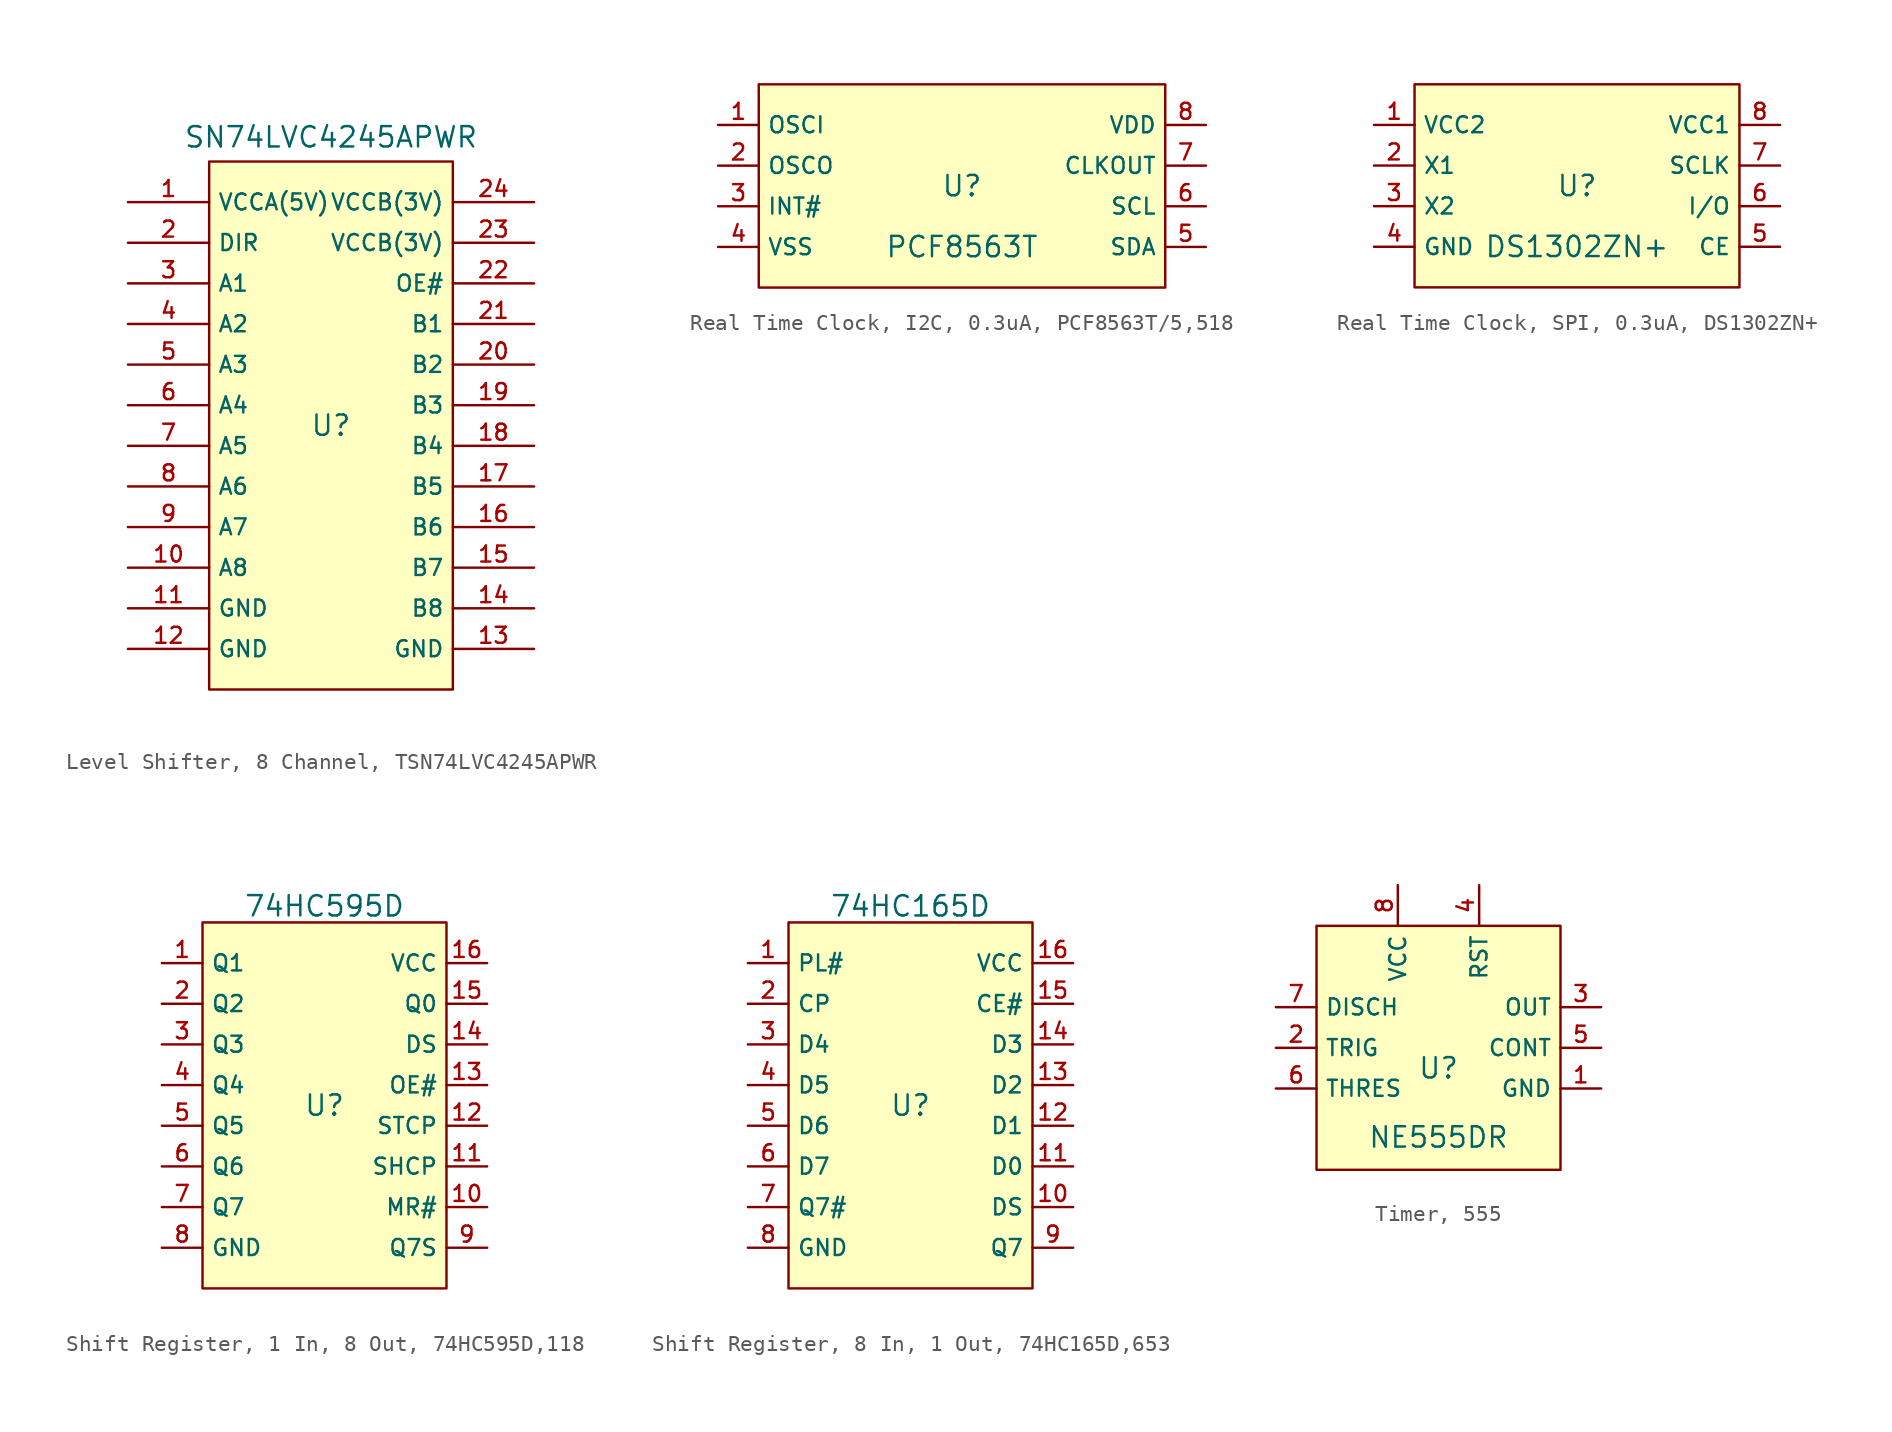
<source format=kicad_sym>
(kicad_symbol_lib
  (version 20231120)
  (generator "kicad_symbol_editor")
  (generator_version "8.0")
  (symbol "Level Shifter, 8 Channel, TSN74LVC4245APWR"
    (property "Reference" "U"
      (at 0 1.27 0)
      (effects (font (size 1.27 1.27))))
    (property "Value" "SN74LVC4245APWR"
      (at 0 19.304 0)
      (effects (font (size 1.27 1.27))))
    (symbol "Level Shifter, 8 Channel, TSN74LVC4245APWR_0_1"
      (rectangle (start -7.62 17.78) (end 7.62 -15.24) (stroke (width 0) (type default)) (fill (type background)))
      (pin unspecified line (at -12.7 -7.62 0) (length 5.08) (name "A8" (effects (font (size 1 1)))) (number "10" (effects (font (size 1 1)))))
      (pin unspecified line (at -12.7 -10.16 0) (length 5.08) (name "GND" (effects (font (size 1 1)))) (number "11" (effects (font (size 1 1)))))
      (pin unspecified line (at -12.7 -12.7 0) (length 5.08) (name "GND" (effects (font (size 1 1)))) (number "12" (effects (font (size 1 1)))))
      (pin unspecified line (at 12.7 -12.7 180) (length 5.08) (name "GND" (effects (font (size 1 1)))) (number "13" (effects (font (size 1 1)))))
      (pin unspecified line (at 12.7 -10.16 180) (length 5.08) (name "B8" (effects (font (size 1 1)))) (number "14" (effects (font (size 1 1)))))
      (pin unspecified line (at 12.7 -7.62 180) (length 5.08) (name "B7" (effects (font (size 1 1)))) (number "15" (effects (font (size 1 1)))))
      (pin unspecified line (at 12.7 -5.08 180) (length 5.08) (name "B6" (effects (font (size 1 1)))) (number "16" (effects (font (size 1 1)))))
      (pin unspecified line (at 12.7 -2.54 180) (length 5.08) (name "B5" (effects (font (size 1 1)))) (number "17" (effects (font (size 1 1)))))
      (pin unspecified line (at 12.7 0 180) (length 5.08) (name "B4" (effects (font (size 1 1)))) (number "18" (effects (font (size 1 1)))))
      (pin unspecified line (at 12.7 2.54 180) (length 5.08) (name "B3" (effects (font (size 1 1)))) (number "19" (effects (font (size 1 1)))))
      (pin unspecified line (at -12.7 12.7 0) (length 5.08) (name "DIR" (effects (font (size 1 1)))) (number "2" (effects (font (size 1 1)))))
      (pin unspecified line (at 12.7 5.08 180) (length 5.08) (name "B2" (effects (font (size 1 1)))) (number "20" (effects (font (size 1 1)))))
      (pin unspecified line (at 12.7 7.62 180) (length 5.08) (name "B1" (effects (font (size 1 1)))) (number "21" (effects (font (size 1 1)))))
      (pin unspecified line (at 12.7 10.16 180) (length 5.08) (name "OE#" (effects (font (size 1 1)))) (number "22" (effects (font (size 1 1)))))
      (pin unspecified line (at -12.7 10.16 0) (length 5.08) (name "A1" (effects (font (size 1 1)))) (number "3" (effects (font (size 1 1)))))
      (pin unspecified line (at -12.7 7.62 0) (length 5.08) (name "A2" (effects (font (size 1 1)))) (number "4" (effects (font (size 1 1)))))
      (pin unspecified line (at -12.7 5.08 0) (length 5.08) (name "A3" (effects (font (size 1 1)))) (number "5" (effects (font (size 1 1)))))
      (pin unspecified line (at -12.7 2.54 0) (length 5.08) (name "A4" (effects (font (size 1 1)))) (number "6" (effects (font (size 1 1)))))
      (pin unspecified line (at -12.7 0 0) (length 5.08) (name "A5" (effects (font (size 1 1)))) (number "7" (effects (font (size 1 1)))))
      (pin unspecified line (at -12.7 -2.54 0) (length 5.08) (name "A6" (effects (font (size 1 1)))) (number "8" (effects (font (size 1 1)))))
      (pin unspecified line (at -12.7 -5.08 0) (length 5.08) (name "A7" (effects (font (size 1 1)))) (number "9" (effects (font (size 1 1))))))
    (symbol "Level Shifter, 8 Channel, TSN74LVC4245APWR_1_1"
      (pin unspecified line (at -12.7 15.24 0) (length 5.08) (name "VCCA(5V)" (effects (font (size 1 1)))) (number "1" (effects (font (size 1 1)))))
      (pin unspecified line (at 12.7 12.7 180) (length 5.08) (name "VCCB(3V)" (effects (font (size 1 1)))) (number "23" (effects (font (size 1 1)))))
      (pin unspecified line (at 12.7 15.24 180) (length 5.08) (name "VCCB(3V)" (effects (font (size 1 1)))) (number "24" (effects (font (size 1 1)))))))
  (symbol "Real Time Clock, I2C, 0.3uA, PCF8563T/5,518"
    (property "Reference" "U"
      (at 0 1.27 0)
      (effects (font (size 1.27 1.27))))
    (property "Value" "PCF8563T"
      (at 0 -2.54 0)
      (effects (font (size 1.27 1.27))))
    (symbol "Real Time Clock, I2C, 0.3uA, PCF8563T/5,518_0_1"
      (rectangle (start -12.7 7.62) (end 12.7 -5.08) (stroke (width 0) (type default)) (fill (type background)))
      (pin unspecified line (at -15.24 2.54 0) (length 2.54) (name "OSCO" (effects (font (size 1 1)))) (number "2" (effects (font (size 1 1)))))
      (pin unspecified line (at -15.24 0 0) (length 2.54) (name "INT#" (effects (font (size 1 1)))) (number "3" (effects (font (size 1 1)))))
      (pin unspecified line (at -15.24 -2.54 0) (length 2.54) (name "VSS" (effects (font (size 1 1)))) (number "4" (effects (font (size 1 1)))))
      (pin unspecified line (at 15.24 -2.54 180) (length 2.54) (name "SDA" (effects (font (size 1 1)))) (number "5" (effects (font (size 1 1)))))
      (pin unspecified line (at 15.24 0 180) (length 2.54) (name "SCL" (effects (font (size 1 1)))) (number "6" (effects (font (size 1 1)))))
      (pin unspecified line (at 15.24 2.54 180) (length 2.54) (name "CLKOUT" (effects (font (size 1 1)))) (number "7" (effects (font (size 1 1)))))
      (pin unspecified line (at 15.24 5.08 180) (length 2.54) (name "VDD" (effects (font (size 1 1)))) (number "8" (effects (font (size 1 1))))))
    (symbol "Real Time Clock, I2C, 0.3uA, PCF8563T/5,518_1_1"
      (pin unspecified line (at -15.24 5.08 0) (length 2.54) (name "OSCI" (effects (font (size 1 1)))) (number "1" (effects (font (size 1 1)))))))
  (symbol "Real Time Clock, SPI, 0.3uA, DS1302ZN+"
    (property "Reference" "U"
      (at 0 1.27 0)
      (effects (font (size 1.27 1.27))))
    (property "Value" "DS1302ZN+"
      (at 0 -2.54 0)
      (effects (font (size 1.27 1.27))))
    (symbol "Real Time Clock, SPI, 0.3uA, DS1302ZN+_0_1"
      (rectangle (start -10.16 7.62) (end 10.16 -5.08) (stroke (width 0) (type default)) (fill (type background)))
      (pin unspecified line (at -12.7 5.08 0) (length 2.54) (name "VCC2" (effects (font (size 1 1)))) (number "1" (effects (font (size 1 1)))))
      (pin unspecified line (at -12.7 2.54 0) (length 2.54) (name "X1" (effects (font (size 1 1)))) (number "2" (effects (font (size 1 1)))))
      (pin unspecified line (at -12.7 0 0) (length 2.54) (name "X2" (effects (font (size 1 1)))) (number "3" (effects (font (size 1 1)))))
      (pin unspecified line (at -12.7 -2.54 0) (length 2.54) (name "GND" (effects (font (size 1 1)))) (number "4" (effects (font (size 1 1)))))
      (pin unspecified line (at 12.7 -2.54 180) (length 2.54) (name "CE" (effects (font (size 1 1)))) (number "5" (effects (font (size 1 1)))))
      (pin unspecified line (at 12.7 0 180) (length 2.54) (name "I/O" (effects (font (size 1 1)))) (number "6" (effects (font (size 1 1)))))
      (pin unspecified line (at 12.7 2.54 180) (length 2.54) (name "SCLK" (effects (font (size 1 1)))) (number "7" (effects (font (size 1 1)))))
      (pin unspecified line (at 12.7 5.08 180) (length 2.54) (name "VCC1" (effects (font (size 1 1)))) (number "8" (effects (font (size 1 1)))))))
  (symbol "Shift Register, 1 In, 8 Out, 74HC595D,118"
    (property "Reference" "U"
      (at 0 1.27 0)
      (effects (font (size 1.27 1.27))))
    (property "Value" "74HC595D"
      (at 0 13.716 0)
      (effects (font (size 1.27 1.27))))
    (symbol "Shift Register, 1 In, 8 Out, 74HC595D,118_0_1"
      (rectangle (start -7.62 12.7) (end 7.62 -10.16) (stroke (width 0) (type default)) (fill (type background)))
      (pin unspecified line (at -10.16 10.16 0) (length 2.54) (name "Q1" (effects (font (size 1 1)))) (number "1" (effects (font (size 1 1)))))
      (pin unspecified line (at 10.16 -5.08 180) (length 2.54) (name "MR#" (effects (font (size 1 1)))) (number "10" (effects (font (size 1 1)))))
      (pin unspecified line (at 10.16 -2.54 180) (length 2.54) (name "SHCP" (effects (font (size 1 1)))) (number "11" (effects (font (size 1 1)))))
      (pin unspecified line (at 10.16 0 180) (length 2.54) (name "STCP" (effects (font (size 1 1)))) (number "12" (effects (font (size 1 1)))))
      (pin unspecified line (at 10.16 2.54 180) (length 2.54) (name "OE#" (effects (font (size 1 1)))) (number "13" (effects (font (size 1 1)))))
      (pin unspecified line (at 10.16 5.08 180) (length 2.54) (name "DS" (effects (font (size 1 1)))) (number "14" (effects (font (size 1 1)))))
      (pin unspecified line (at 10.16 7.62 180) (length 2.54) (name "Q0" (effects (font (size 1 1)))) (number "15" (effects (font (size 1 1)))))
      (pin unspecified line (at 10.16 10.16 180) (length 2.54) (name "VCC" (effects (font (size 1 1)))) (number "16" (effects (font (size 1 1)))))
      (pin unspecified line (at -10.16 7.62 0) (length 2.54) (name "Q2" (effects (font (size 1 1)))) (number "2" (effects (font (size 1 1)))))
      (pin unspecified line (at -10.16 5.08 0) (length 2.54) (name "Q3" (effects (font (size 1 1)))) (number "3" (effects (font (size 1 1)))))
      (pin unspecified line (at -10.16 2.54 0) (length 2.54) (name "Q4" (effects (font (size 1 1)))) (number "4" (effects (font (size 1 1)))))
      (pin unspecified line (at -10.16 0 0) (length 2.54) (name "Q5" (effects (font (size 1 1)))) (number "5" (effects (font (size 1 1)))))
      (pin unspecified line (at -10.16 -2.54 0) (length 2.54) (name "Q6" (effects (font (size 1 1)))) (number "6" (effects (font (size 1 1)))))
      (pin unspecified line (at -10.16 -5.08 0) (length 2.54) (name "Q7" (effects (font (size 1 1)))) (number "7" (effects (font (size 1 1)))))
      (pin unspecified line (at -10.16 -7.62 0) (length 2.54) (name "GND" (effects (font (size 1 1)))) (number "8" (effects (font (size 1 1)))))
      (pin unspecified line (at 10.16 -7.62 180) (length 2.54) (name "Q7S" (effects (font (size 1 1)))) (number "9" (effects (font (size 1 1)))))))
  (symbol "Shift Register, 8 In, 1 Out, 74HC165D,653"
    (property "Reference" "U"
      (at 0 1.27 0)
      (effects (font (size 1.27 1.27))))
    (property "Value" "74HC165D"
      (at 0 13.716 0)
      (effects (font (size 1.27 1.27))))
    (symbol "Shift Register, 8 In, 1 Out, 74HC165D,653_0_1"
      (rectangle (start -7.62 12.7) (end 7.62 -10.16) (stroke (width 0) (type default)) (fill (type background)))
      (pin unspecified line (at -10.16 10.16 0) (length 2.54) (name "PL#" (effects (font (size 1 1)))) (number "1" (effects (font (size 1 1)))))
      (pin unspecified line (at 10.16 -5.08 180) (length 2.54) (name "DS" (effects (font (size 1 1)))) (number "10" (effects (font (size 1 1)))))
      (pin unspecified line (at 10.16 -2.54 180) (length 2.54) (name "D0" (effects (font (size 1 1)))) (number "11" (effects (font (size 1 1)))))
      (pin unspecified line (at 10.16 0 180) (length 2.54) (name "D1" (effects (font (size 1 1)))) (number "12" (effects (font (size 1 1)))))
      (pin unspecified line (at 10.16 2.54 180) (length 2.54) (name "D2" (effects (font (size 1 1)))) (number "13" (effects (font (size 1 1)))))
      (pin unspecified line (at 10.16 5.08 180) (length 2.54) (name "D3" (effects (font (size 1 1)))) (number "14" (effects (font (size 1 1)))))
      (pin unspecified line (at 10.16 7.62 180) (length 2.54) (name "CE#" (effects (font (size 1 1)))) (number "15" (effects (font (size 1 1)))))
      (pin unspecified line (at 10.16 10.16 180) (length 2.54) (name "VCC" (effects (font (size 1 1)))) (number "16" (effects (font (size 1 1)))))
      (pin unspecified line (at -10.16 7.62 0) (length 2.54) (name "CP" (effects (font (size 1 1)))) (number "2" (effects (font (size 1 1)))))
      (pin unspecified line (at -10.16 5.08 0) (length 2.54) (name "D4" (effects (font (size 1 1)))) (number "3" (effects (font (size 1 1)))))
      (pin unspecified line (at -10.16 2.54 0) (length 2.54) (name "D5" (effects (font (size 1 1)))) (number "4" (effects (font (size 1 1)))))
      (pin unspecified line (at -10.16 0 0) (length 2.54) (name "D6" (effects (font (size 1 1)))) (number "5" (effects (font (size 1 1)))))
      (pin unspecified line (at -10.16 -2.54 0) (length 2.54) (name "D7" (effects (font (size 1 1)))) (number "6" (effects (font (size 1 1)))))
      (pin unspecified line (at -10.16 -5.08 0) (length 2.54) (name "Q7#" (effects (font (size 1 1)))) (number "7" (effects (font (size 1 1)))))
      (pin unspecified line (at -10.16 -7.62 0) (length 2.54) (name "GND" (effects (font (size 1 1)))) (number "8" (effects (font (size 1 1)))))
      (pin unspecified line (at 10.16 -7.62 180) (length 2.54) (name "Q7" (effects (font (size 1 1)))) (number "9" (effects (font (size 1 1)))))))
  (symbol "Timer, 555"
    (property "Reference" "U"
      (at 0 1.27 0)
      (effects (font (size 1.27 1.27))))
    (property "Value" "NE555DR"
      (at 0 -3.048 0)
      (effects (font (size 1.27 1.27))))
    (symbol "Timer, 555_0_1"
      (rectangle (start -7.62 10.16) (end 7.62 -5.08) (stroke (width 0) (type default)) (fill (type background)))
      (pin unspecified line (at 10.16 0 180) (length 2.54) (name "GND" (effects (font (size 1 1)))) (number "1" (effects (font (size 1 1)))))
      (pin unspecified line (at -10.16 2.54 0) (length 2.54) (name "TRIG" (effects (font (size 1 1)))) (number "2" (effects (font (size 1 1)))))
      (pin unspecified line (at 10.16 5.08 180) (length 2.54) (name "OUT" (effects (font (size 1 1)))) (number "3" (effects (font (size 1 1)))))
      (pin unspecified line (at 2.54 12.7 270) (length 2.54) (name "RST" (effects (font (size 1 1)))) (number "4" (effects (font (size 1 1)))))
      (pin unspecified line (at 10.16 2.54 180) (length 2.54) (name "CONT" (effects (font (size 1 1)))) (number "5" (effects (font (size 1 1)))))
      (pin unspecified line (at -10.16 0 0) (length 2.54) (name "THRES" (effects (font (size 1 1)))) (number "6" (effects (font (size 1 1)))))
      (pin unspecified line (at -10.16 5.08 0) (length 2.54) (name "DISCH" (effects (font (size 1 1)))) (number "7" (effects (font (size 1 1)))))
      (pin unspecified line (at -2.54 12.7 270) (length 2.54) (name "VCC" (effects (font (size 1 1)))) (number "8" (effects (font (size 1 1))))))))
</source>
